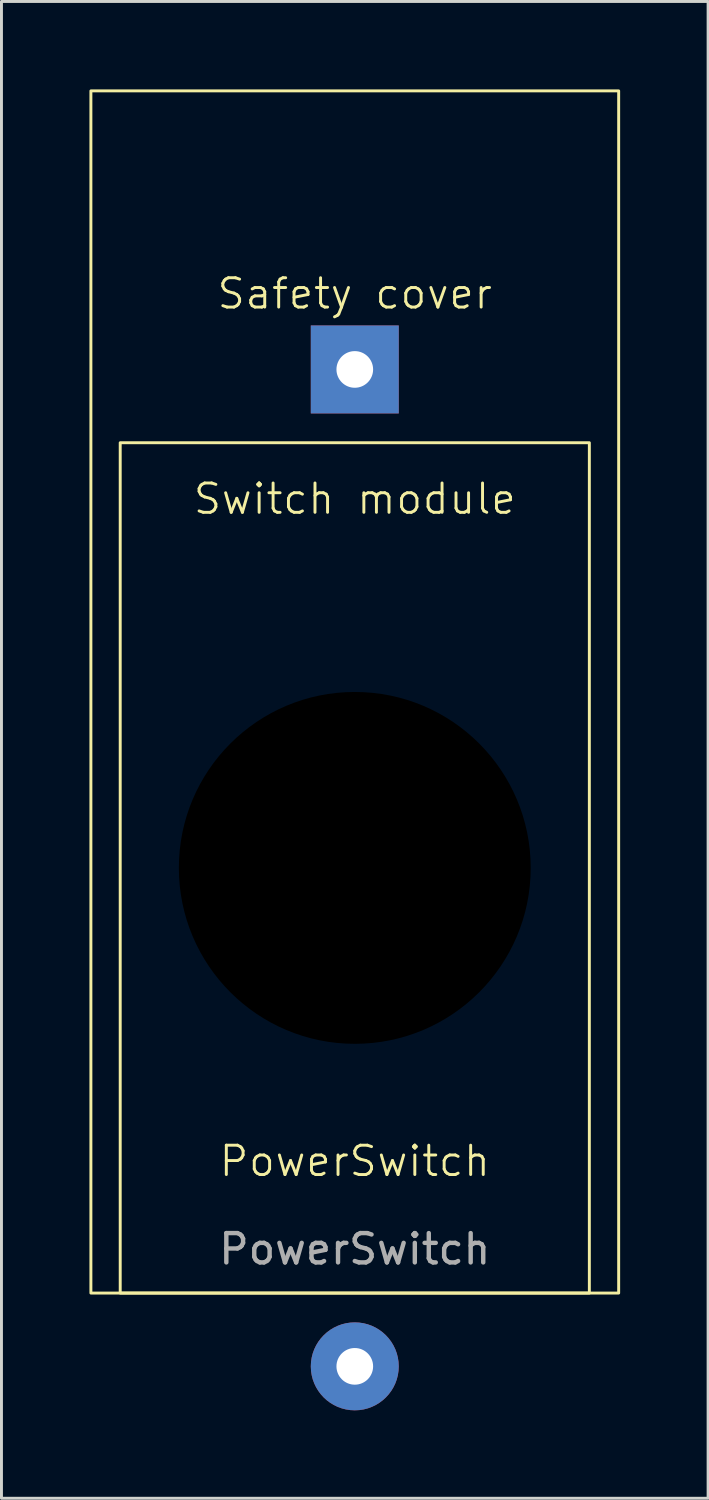
<source format=kicad_pcb>
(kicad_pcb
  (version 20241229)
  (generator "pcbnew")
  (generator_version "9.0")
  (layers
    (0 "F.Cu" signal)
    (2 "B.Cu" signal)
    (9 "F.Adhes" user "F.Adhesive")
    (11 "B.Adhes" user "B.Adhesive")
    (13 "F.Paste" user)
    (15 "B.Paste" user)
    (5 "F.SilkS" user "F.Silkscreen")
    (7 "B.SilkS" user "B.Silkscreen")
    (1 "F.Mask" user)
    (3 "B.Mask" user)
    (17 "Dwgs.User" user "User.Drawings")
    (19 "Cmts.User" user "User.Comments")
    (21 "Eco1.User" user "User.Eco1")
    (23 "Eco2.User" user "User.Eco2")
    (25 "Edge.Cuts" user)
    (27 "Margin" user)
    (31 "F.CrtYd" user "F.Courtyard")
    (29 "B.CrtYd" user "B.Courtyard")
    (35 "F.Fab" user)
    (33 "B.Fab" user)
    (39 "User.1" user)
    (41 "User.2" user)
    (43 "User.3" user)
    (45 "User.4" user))
  (footprint "PowerSwitch"
    (layer "F.Cu")
    (at 9.05 26.55)
    (property "Reference" "PowerSwitch" (at 0 10 0) (unlocked yes) (layer "F.SilkS") (effects (font (size 1 1) (thickness 0.1))))
    (attr smd)
    (fp_rect (start -8 -14.5) (end 8 14.5) (stroke (width 0.1) (type solid)) (fill no) (layer "F.SilkS"))
    (fp_poly (pts (xy -9 -26.5) (xy 9 -26.5) (xy 9 14.5) (xy -9 14.5)) (stroke (width 0.1) (type solid)) (fill no) (layer "F.SilkS"))
    (fp_text user "Safety cover" (at 0 -19 0) (unlocked yes) (layer "F.SilkS") (effects (font (size 1 1) (thickness 0.1)) (justify bottom)))
    (fp_text user "Switch module" (at 0 -12 0) (unlocked yes) (layer "F.SilkS") (effects (font (size 1 1) (thickness 0.1)) (justify bottom)))
    (fp_text user "${REFERENCE}" (at 0 13 0) (unlocked yes) (layer "F.Fab") (effects (font (size 1 1) (thickness 0.15))))
    (pad "" np_thru_hole circle (at 0 0) (size 12 12) (drill 12) (layers "*.Mask"))
    (pad "1" thru_hole rect (at 0 -17) (size 3 3) (drill 1.25) (layers "*.Cu" "*.Mask"))
    (pad "2" thru_hole circle (at 0 17) (size 3 3) (drill 1.25) (layers "*.Cu" "*.Mask"))
    (zone (net_name "") (layer "F.SilkS") (hatch edge 0.5) (connect_pads) (min_thickness 0.25) (filled_areas_thickness no) (keepout (tracks allowed) (vias allowed) (pads not_allowed) (copperpour allowed) (footprints not_allowed)) (placement (enabled no)) (fill) (polygon (pts (xy 0.05 0.05) (xy 18.05 0.05) (xy 18.05 41.05) (xy 0.05 41.05)))))
  (gr_rect
    (start -3 -3)
    (end 21.1 48.05)
    (stroke (width 0.1) (type default))
    (fill no)
    (layer "Edge.Cuts")))
</source>
